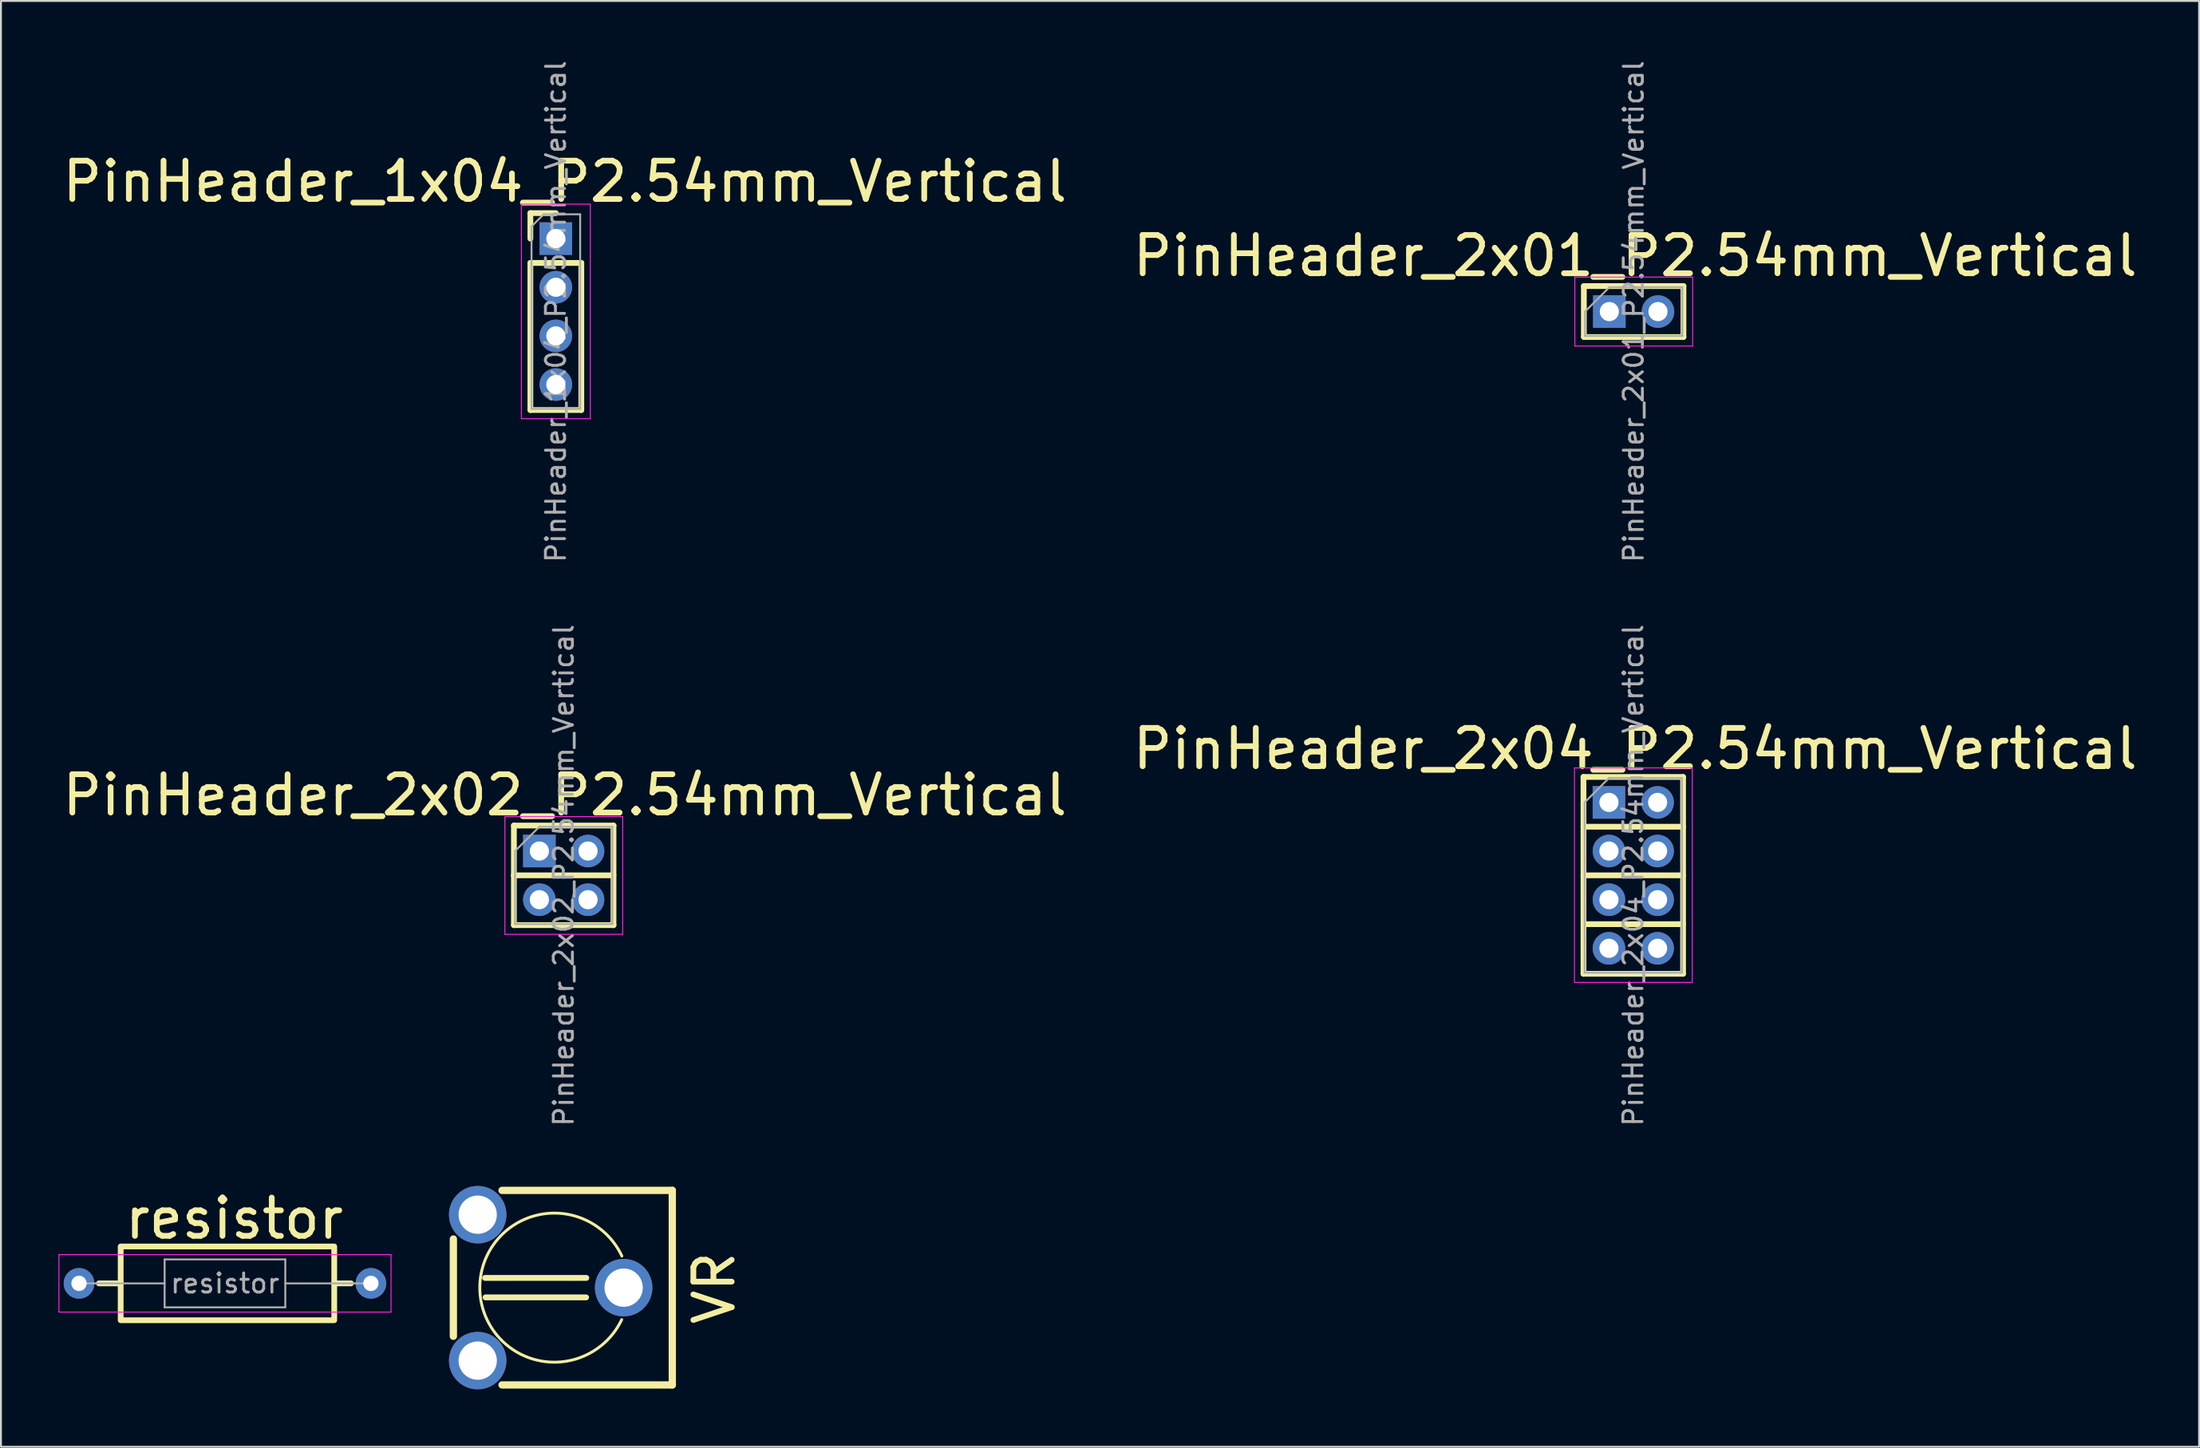
<source format=kicad_pcb>
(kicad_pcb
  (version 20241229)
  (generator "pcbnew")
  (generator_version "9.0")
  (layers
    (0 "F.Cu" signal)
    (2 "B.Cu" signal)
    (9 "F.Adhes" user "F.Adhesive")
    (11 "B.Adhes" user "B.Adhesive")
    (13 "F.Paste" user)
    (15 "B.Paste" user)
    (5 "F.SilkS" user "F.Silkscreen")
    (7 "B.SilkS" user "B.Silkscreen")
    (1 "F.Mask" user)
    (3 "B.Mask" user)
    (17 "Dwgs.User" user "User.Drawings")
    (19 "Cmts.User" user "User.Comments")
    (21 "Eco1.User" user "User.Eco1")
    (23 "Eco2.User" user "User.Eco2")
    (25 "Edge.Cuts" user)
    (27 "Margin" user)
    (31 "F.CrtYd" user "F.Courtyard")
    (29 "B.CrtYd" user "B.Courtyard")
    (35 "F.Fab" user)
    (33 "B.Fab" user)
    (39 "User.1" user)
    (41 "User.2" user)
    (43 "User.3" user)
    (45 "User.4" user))
  (footprint "PinHeader_2x01_P2.54mm_Vertical"
    (layer "F.Cu")
    (at 80.971 13.22)
    (property "Reference" "PinHeader_2x01_P2.54mm_Vertical" (at 1.35 -2.91 0) (layer "F.SilkS") (effects (font (size 2 2) (thickness 0.3))))
    (attr through_hole)
    (fp_line (start -1.33 -1.33) (end 3.87 -1.33) (stroke (width 0.3) (type solid)) (layer "F.SilkS"))
    (fp_line (start -1.33 1.27) (end -1.33 1.33) (stroke (width 0.12) (type solid)) (layer "F.SilkS"))
    (fp_line (start -1.33 1.3) (end -1.33 -1.33) (stroke (width 0.3) (type solid)) (layer "F.SilkS"))
    (fp_line (start -1.33 1.33) (end 3.87 1.33) (stroke (width 0.3) (type solid)) (layer "F.SilkS"))
    (fp_line (start 3.87 -1.33) (end 3.87 1.33) (stroke (width 0.3) (type solid)) (layer "F.SilkS"))
    (fp_line (start -1.8 -1.8) (end -1.8 1.8) (stroke (width 0.05) (type solid)) (layer "F.CrtYd"))
    (fp_line (start -1.8 1.8) (end 4.35 1.8) (stroke (width 0.05) (type solid)) (layer "F.CrtYd"))
    (fp_line (start 4.35 -1.8) (end -1.8 -1.8) (stroke (width 0.05) (type solid)) (layer "F.CrtYd"))
    (fp_line (start 4.35 1.8) (end 4.35 -1.8) (stroke (width 0.05) (type solid)) (layer "F.CrtYd"))
    (fp_line (start -1.27 0) (end 0 -1.27) (stroke (width 0.1) (type solid)) (layer "F.Fab"))
    (fp_line (start -1.27 1.27) (end -1.27 0) (stroke (width 0.1) (type solid)) (layer "F.Fab"))
    (fp_line (start 0 -1.27) (end 3.81 -1.27) (stroke (width 0.1) (type solid)) (layer "F.Fab"))
    (fp_line (start 3.81 -1.27) (end 3.81 1.27) (stroke (width 0.1) (type solid)) (layer "F.Fab"))
    (fp_line (start 3.81 1.27) (end -1.27 1.27) (stroke (width 0.1) (type solid)) (layer "F.Fab"))
    (fp_text user "${REFERENCE}" (at 1.27 0 270) (layer "F.Fab") (effects (font (size 1 1) (thickness 0.15))))
    (pad "1" thru_hole rect (at 0 0) (size 1.7 1.7) (drill 1) (layers "*.Cu" "*.Mask"))
    (pad "2" thru_hole oval (at 2.54 0) (size 1.7 1.7) (drill 1) (layers "*.Cu" "*.Mask")))
  (footprint "PinHeader_2x02_P2.54mm_Vertical"
    (layer "F.Cu")
    (at 25.11 41.391)
    (property "Reference" "PinHeader_2x02_P2.54mm_Vertical" (at 1.33 -2.92 0) (layer "F.SilkS") (effects (font (size 2 2) (thickness 0.3))))
    (attr through_hole)
    (fp_line (start -1.33 -1.33) (end 3.87 -1.33) (stroke (width 0.3) (type solid)) (layer "F.SilkS"))
    (fp_line (start -1.33 1.27) (end -1.33 -1.33) (stroke (width 0.3) (type solid)) (layer "F.SilkS"))
    (fp_line (start -1.33 1.27) (end -1.33 3.87) (stroke (width 0.3) (type solid)) (layer "F.SilkS"))
    (fp_line (start -1.33 1.27) (end 3.87 1.27) (stroke (width 0.3) (type solid)) (layer "F.SilkS"))
    (fp_line (start -1.33 3.87) (end 3.87 3.87) (stroke (width 0.3) (type solid)) (layer "F.SilkS"))
    (fp_line (start 3.87 -1.33) (end 3.87 3.87) (stroke (width 0.3) (type solid)) (layer "F.SilkS"))
    (fp_line (start -1.8 -1.8) (end -1.8 4.35) (stroke (width 0.05) (type solid)) (layer "F.CrtYd"))
    (fp_line (start -1.8 4.35) (end 4.35 4.35) (stroke (width 0.05) (type solid)) (layer "F.CrtYd"))
    (fp_line (start 4.35 -1.8) (end -1.8 -1.8) (stroke (width 0.05) (type solid)) (layer "F.CrtYd"))
    (fp_line (start 4.35 4.35) (end 4.35 -1.8) (stroke (width 0.05) (type solid)) (layer "F.CrtYd"))
    (fp_line (start -1.27 0) (end 0 -1.27) (stroke (width 0.1) (type solid)) (layer "F.Fab"))
    (fp_line (start -1.27 3.81) (end -1.27 0) (stroke (width 0.1) (type solid)) (layer "F.Fab"))
    (fp_line (start 0 -1.27) (end 3.81 -1.27) (stroke (width 0.1) (type solid)) (layer "F.Fab"))
    (fp_line (start 3.81 -1.27) (end 3.81 3.81) (stroke (width 0.1) (type solid)) (layer "F.Fab"))
    (fp_line (start 3.81 3.81) (end -1.27 3.81) (stroke (width 0.1) (type solid)) (layer "F.Fab"))
    (fp_text user "${REFERENCE}" (at 1.27 1.27 270) (layer "F.Fab") (effects (font (size 1 1) (thickness 0.15))))
    (pad "1" thru_hole rect (at 0 0) (size 1.7 1.7) (drill 1) (layers "*.Cu" "*.Mask"))
    (pad "2" thru_hole oval (at 2.54 0) (size 1.7 1.7) (drill 1) (layers "*.Cu" "*.Mask"))
    (pad "3" thru_hole oval (at 0 2.54) (size 1.7 1.7) (drill 1) (layers "*.Cu" "*.Mask"))
    (pad "4" thru_hole oval (at 2.54 2.54) (size 1.7 1.7) (drill 1) (layers "*.Cu" "*.Mask")))
  (footprint "PinHeader_1x04_P2.54mm_Vertical"
    (layer "F.Cu")
    (at 25.97 9.41)
    (property "Reference" "PinHeader_1x04_P2.54mm_Vertical" (at 0.47 -2.98 180) (layer "F.SilkS") (effects (font (size 2 2) (thickness 0.3))))
    (attr through_hole)
    (fp_line (start -1.33 -1.33) (end 0 -1.33) (stroke (width 0.3) (type solid)) (layer "F.SilkS"))
    (fp_line (start -1.33 0) (end -1.33 -1.33) (stroke (width 0.3) (type solid)) (layer "F.SilkS"))
    (fp_line (start -1.33 1.27) (end -1.33 8.95) (stroke (width 0.3) (type solid)) (layer "F.SilkS"))
    (fp_line (start -1.33 1.27) (end 1.33 1.27) (stroke (width 0.3) (type solid)) (layer "F.SilkS"))
    (fp_line (start -1.33 8.95) (end 1.33 8.95) (stroke (width 0.3) (type solid)) (layer "F.SilkS"))
    (fp_line (start 1.33 1.27) (end 1.33 8.95) (stroke (width 0.3) (type solid)) (layer "F.SilkS"))
    (fp_line (start -1.8 -1.8) (end -1.8 9.4) (stroke (width 0.05) (type solid)) (layer "F.CrtYd"))
    (fp_line (start -1.8 9.4) (end 1.8 9.4) (stroke (width 0.05) (type solid)) (layer "F.CrtYd"))
    (fp_line (start 1.8 -1.8) (end -1.8 -1.8) (stroke (width 0.05) (type solid)) (layer "F.CrtYd"))
    (fp_line (start 1.8 9.4) (end 1.8 -1.8) (stroke (width 0.05) (type solid)) (layer "F.CrtYd"))
    (fp_line (start -1.27 -0.635) (end -0.635 -1.27) (stroke (width 0.1) (type solid)) (layer "F.Fab"))
    (fp_line (start -1.27 8.89) (end -1.27 -0.635) (stroke (width 0.1) (type solid)) (layer "F.Fab"))
    (fp_line (start -0.635 -1.27) (end 1.27 -1.27) (stroke (width 0.1) (type solid)) (layer "F.Fab"))
    (fp_line (start 1.27 -1.27) (end 1.27 8.89) (stroke (width 0.1) (type solid)) (layer "F.Fab"))
    (fp_line (start 1.27 8.89) (end -1.27 8.89) (stroke (width 0.1) (type solid)) (layer "F.Fab"))
    (fp_text user "${REFERENCE}" (at 0 3.81 270) (layer "F.Fab") (effects (font (size 1 1) (thickness 0.15))))
    (pad "1" thru_hole rect (at 0 0) (size 1.7 1.7) (drill 1) (layers "*.Cu" "*.Mask"))
    (pad "2" thru_hole oval (at 0 2.54) (size 1.7 1.7) (drill 1) (layers "*.Cu" "*.Mask"))
    (pad "3" thru_hole oval (at 0 5.08) (size 1.7 1.7) (drill 1) (layers "*.Cu" "*.Mask"))
    (pad "4" thru_hole oval (at 0 7.62) (size 1.7 1.7) (drill 1) (layers "*.Cu" "*.Mask")))
  (footprint "PinHeader_2x04_P2.54mm_Vertical"
    (layer "F.Cu")
    (at 80.951 38.851)
    (property "Reference" "PinHeader_2x04_P2.54mm_Vertical" (at 1.37 -2.8 0) (layer "F.SilkS") (effects (font (size 2 2) (thickness 0.3))))
    (attr through_hole)
    (fp_line (start -1.33 -1.33) (end -1.33 8.95) (stroke (width 0.3) (type solid)) (layer "F.SilkS"))
    (fp_line (start -1.33 -1.33) (end 3.87 -1.33) (stroke (width 0.3) (type solid)) (layer "F.SilkS"))
    (fp_line (start -1.33 1.27) (end 3.87 1.27) (stroke (width 0.3) (type solid)) (layer "F.SilkS"))
    (fp_line (start -1.33 3.81) (end 3.87 3.81) (stroke (width 0.3) (type solid)) (layer "F.SilkS"))
    (fp_line (start -1.33 8.95) (end 3.87 8.95) (stroke (width 0.3) (type solid)) (layer "F.SilkS"))
    (fp_line (start -1.3 6.36) (end 3.87 6.36) (stroke (width 0.3) (type solid)) (layer "F.SilkS"))
    (fp_line (start 3.87 -1.33) (end 3.87 8.95) (stroke (width 0.3) (type solid)) (layer "F.SilkS"))
    (fp_line (start -1.8 -1.8) (end -1.8 9.4) (stroke (width 0.05) (type solid)) (layer "F.CrtYd"))
    (fp_line (start -1.8 9.4) (end 4.35 9.4) (stroke (width 0.05) (type solid)) (layer "F.CrtYd"))
    (fp_line (start 4.35 -1.8) (end -1.8 -1.8) (stroke (width 0.05) (type solid)) (layer "F.CrtYd"))
    (fp_line (start 4.35 9.4) (end 4.35 -1.8) (stroke (width 0.05) (type solid)) (layer "F.CrtYd"))
    (fp_line (start -1.27 0) (end 0 -1.27) (stroke (width 0.1) (type solid)) (layer "F.Fab"))
    (fp_line (start -1.27 8.89) (end -1.27 0) (stroke (width 0.1) (type solid)) (layer "F.Fab"))
    (fp_line (start 0 -1.27) (end 3.81 -1.27) (stroke (width 0.1) (type solid)) (layer "F.Fab"))
    (fp_line (start 3.81 -1.27) (end 3.81 8.89) (stroke (width 0.1) (type solid)) (layer "F.Fab"))
    (fp_line (start 3.81 8.89) (end -1.27 8.89) (stroke (width 0.1) (type solid)) (layer "F.Fab"))
    (fp_text user "${REFERENCE}" (at 1.27 3.81 270) (layer "F.Fab") (effects (font (size 1 1) (thickness 0.15))))
    (pad "1" thru_hole rect (at 0 0) (size 1.7 1.7) (drill 1) (layers "*.Cu" "*.Mask"))
    (pad "2" thru_hole oval (at 2.54 0) (size 1.7 1.7) (drill 1) (layers "*.Cu" "*.Mask"))
    (pad "3" thru_hole oval (at 0 2.54) (size 1.7 1.7) (drill 1) (layers "*.Cu" "*.Mask"))
    (pad "4" thru_hole oval (at 2.54 2.54) (size 1.7 1.7) (drill 1) (layers "*.Cu" "*.Mask"))
    (pad "5" thru_hole oval (at 0 5.08) (size 1.7 1.7) (drill 1) (layers "*.Cu" "*.Mask"))
    (pad "6" thru_hole oval (at 2.54 5.08) (size 1.7 1.7) (drill 1) (layers "*.Cu" "*.Mask"))
    (pad "7" thru_hole oval (at 0 7.62) (size 1.7 1.7) (drill 1) (layers "*.Cu" "*.Mask"))
    (pad "8" thru_hole oval (at 2.54 7.62) (size 1.7 1.7) (drill 1) (layers "*.Cu" "*.Mask")))
  (footprint "resistor"
    (layer "F.Cu")
    (at 1.075 63.967)
    (property "Reference" "resistor" (at 8.11 -3.39 0) (layer "F.SilkS") (effects (font (size 2 2) (thickness 0.3))))
    (attr through_hole)
    (fp_line (start 1.04 0) (end 2.175 0) (stroke (width 0.3) (type solid)) (layer "F.SilkS"))
    (fp_line (start 14.2 0) (end 13.325 0) (stroke (width 0.3) (type solid)) (layer "F.SilkS"))
    (fp_rect (start 2.175 -1.925) (end 13.325 1.925) (stroke (width 0.3) (type default)) (fill no) (layer "F.SilkS"))
    (fp_line (start -1.05 -1.5) (end -1.05 1.5) (stroke (width 0.05) (type solid)) (layer "F.CrtYd"))
    (fp_line (start -1.05 1.5) (end 16.29 1.5) (stroke (width 0.05) (type solid)) (layer "F.CrtYd"))
    (fp_line (start 16.29 -1.5) (end -1.05 -1.5) (stroke (width 0.05) (type solid)) (layer "F.CrtYd"))
    (fp_line (start 16.29 1.5) (end 16.29 -1.5) (stroke (width 0.05) (type solid)) (layer "F.CrtYd"))
    (fp_line (start 0 0) (end 4.47 0) (stroke (width 0.1) (type solid)) (layer "F.Fab"))
    (fp_line (start 4.47 -1.25) (end 4.47 1.25) (stroke (width 0.1) (type solid)) (layer "F.Fab"))
    (fp_line (start 4.47 1.25) (end 10.77 1.25) (stroke (width 0.1) (type solid)) (layer "F.Fab"))
    (fp_line (start 10.77 -1.25) (end 4.47 -1.25) (stroke (width 0.1) (type solid)) (layer "F.Fab"))
    (fp_line (start 10.77 1.25) (end 10.77 -1.25) (stroke (width 0.1) (type solid)) (layer "F.Fab"))
    (fp_line (start 15.24 0) (end 10.77 0) (stroke (width 0.1) (type solid)) (layer "F.Fab"))
    (fp_text user "${REFERENCE}" (at 7.62 0 180) (layer "F.Fab") (effects (font (size 1 1) (thickness 0.15))))
    (pad "1" thru_hole circle (at 0 0) (size 1.6 1.6) (drill 0.8) (layers "*.Cu" "*.Mask"))
    (pad "2" thru_hole oval (at 15.24 0) (size 1.6 1.6) (drill 0.8) (layers "*.Cu" "*.Mask")))
  (footprint "VR"
    (layer "F.Cu")
    (at 25.7 64.191)
    (property "Reference" "VR" (at 8.54 0.02 270) (layer "F.SilkS") (effects (font (size 2 2) (thickness 0.3))))
    (attr through_hole)
    (fp_line (start -5.08 -2.54) (end -5.08 2.54) (stroke (width 0.381) (type solid)) (layer "F.SilkS"))
    (fp_line (start -3.425 -0.508) (end 1.86 -0.508) (stroke (width 0.305) (type solid)) (layer "F.SilkS"))
    (fp_line (start -3.4 0.508) (end 1.85 0.508) (stroke (width 0.305) (type solid)) (layer "F.SilkS"))
    (fp_line (start 6.35 -5.08) (end -2.54 -5.08) (stroke (width 0.381) (type solid)) (layer "F.SilkS"))
    (fp_line (start 6.35 -5.08) (end 6.35 5.08) (stroke (width 0.381) (type solid)) (layer "F.SilkS"))
    (fp_line (start 6.35 5.08) (end -2.54 5.08) (stroke (width 0.381) (type solid)) (layer "F.SilkS"))
    (fp_arc (start 3.707898 1.669398) (mid -3.7 -0.010723) (end 3.717044 -1.65) (stroke (width 0.15) (type default)) (layer "F.SilkS"))
    (pad "1" thru_hole circle (at -3.81 -3.81) (size 3 3) (drill 1.999) (layers "*.Cu" "*.Mask"))
    (pad "1" thru_hole circle (at -3.81 3.81) (size 3 3) (drill 1.999) (layers "*.Cu" "*.Mask"))
    (pad "2" thru_hole circle (at 3.81 0) (size 3 3) (drill 1.999) (layers "*.Cu" "*.Mask")))
  (gr_rect
    (start -3 -3)
    (end 111.762 72.501)
    (stroke (width 0.1) (type default))
    (fill no)
    (layer "Edge.Cuts")))
</source>
